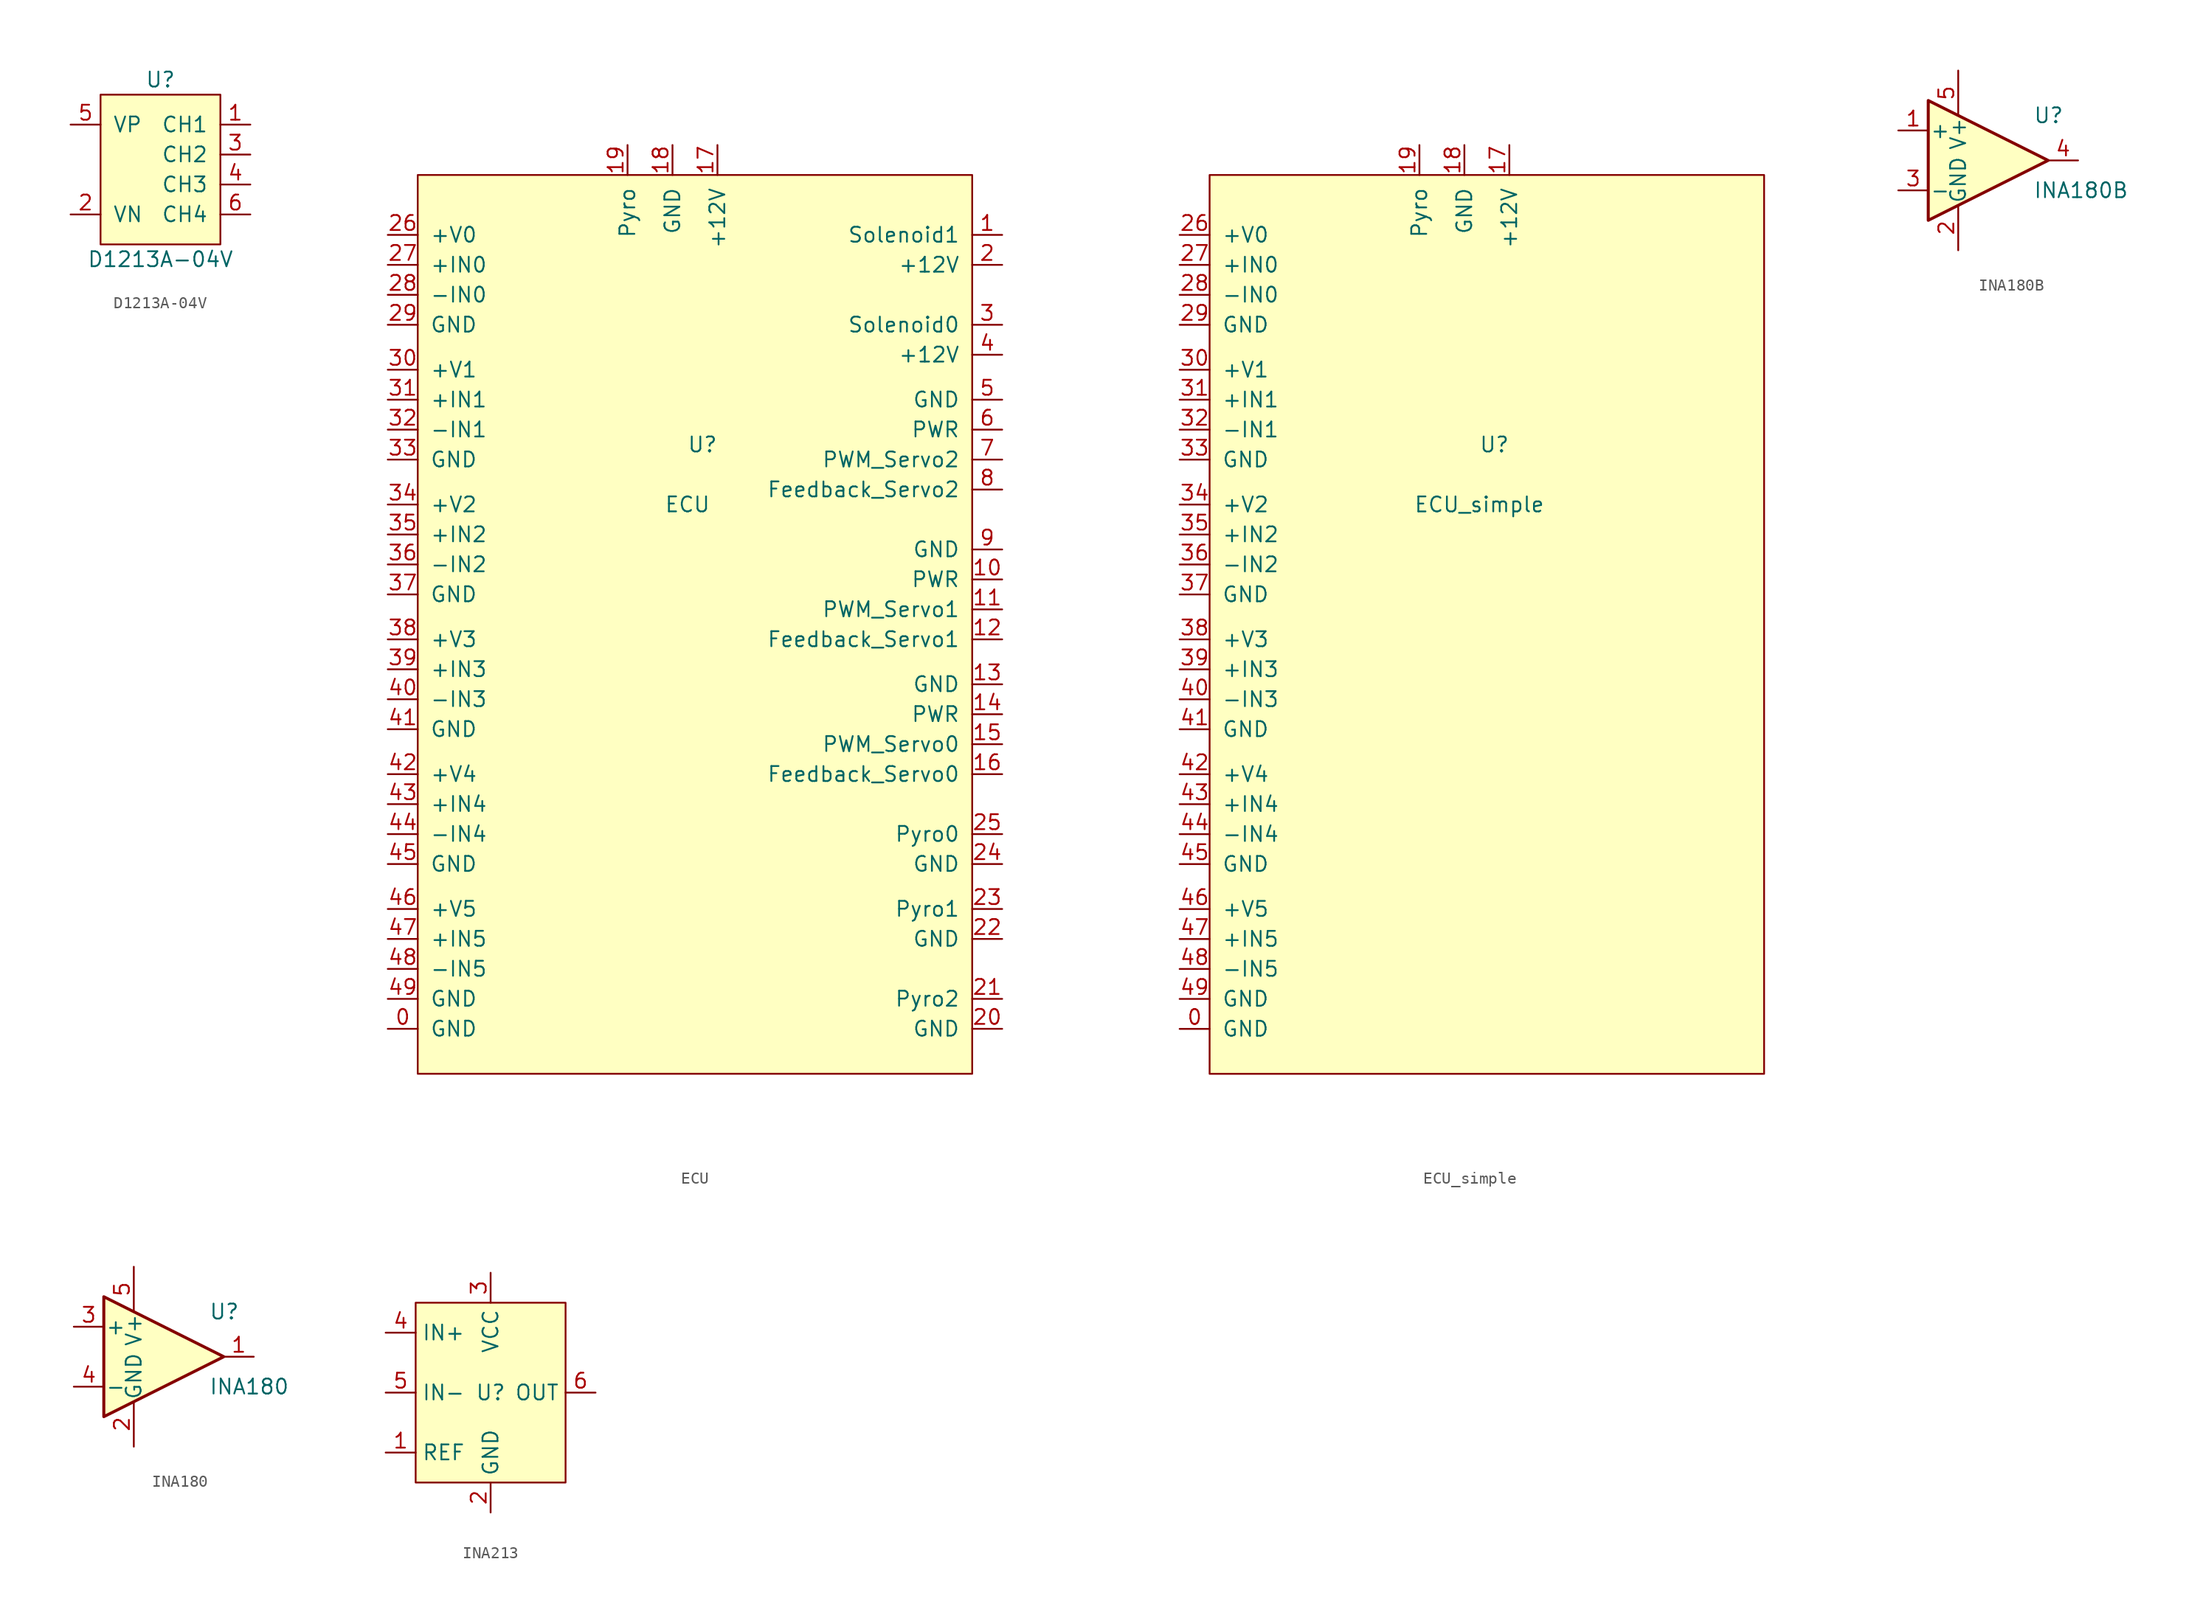
<source format=kicad_sym>
(kicad_symbol_lib
  (version 20220914)
  (generator kicad_symbol_editor)
  (symbol "D1213A-04V"
    (pin_names
      (offset 1.016))
    (property "Reference" "U"
      (at 0 7.62 0)
      (effects (font (size 1.27 1.27))))
    (property "Value" "D1213A-04V"
      (at 0 -7.62 0)
      (effects (font (size 1.27 1.27))))
    (symbol "D1213A-04V_0_1"
      (rectangle (start -5.08 6.35) (end 5.08 -6.35) (stroke (width 0) (type default)) (fill (type background))))
    (symbol "D1213A-04V_1_1"
      (pin input line (at 7.62 3.81 180) (length 2.54) (name "CH1" (effects (font (size 1.27 1.27)))) (number "1" (effects (font (size 1.27 1.27)))))
      (pin power_in line (at -7.62 -3.81 0) (length 2.54) (name "VN" (effects (font (size 1.27 1.27)))) (number "2" (effects (font (size 1.27 1.27)))))
      (pin input line (at 7.62 1.27 180) (length 2.54) (name "CH2" (effects (font (size 1.27 1.27)))) (number "3" (effects (font (size 1.27 1.27)))))
      (pin input line (at 7.62 -1.27 180) (length 2.54) (name "CH3" (effects (font (size 1.27 1.27)))) (number "4" (effects (font (size 1.27 1.27)))))
      (pin power_in line (at -7.62 3.81 0) (length 2.54) (name "VP" (effects (font (size 1.27 1.27)))) (number "5" (effects (font (size 1.27 1.27)))))
      (pin input line (at 7.62 -3.81 180) (length 2.54) (name "CH4" (effects (font (size 1.27 1.27)))) (number "6" (effects (font (size 1.27 1.27)))))))
  (symbol "ECU"
    (pin_names
      (offset 1.016))
    (property "Reference" "U"
      (at 1.27 13.97 0)
      (effects (font (size 1.27 1.27))))
    (property "Value" "ECU"
      (at 0 8.89 0)
      (effects (font (size 1.27 1.27))))
    (symbol "ECU_0_1"
      (rectangle (start 24.13 36.83) (end -22.86 -39.37) (stroke (width 0) (type default)) (fill (type background))))
    (symbol "ECU_1_1"
      (pin input line (at -25.4 -35.56 0) (length 2.54) (name "GND" (effects (font (size 1.27 1.27)))) (number "0" (effects (font (size 1.27 1.27)))))
      (pin input line (at 26.67 31.75 180) (length 2.54) (name "Solenoid1" (effects (font (size 1.27 1.27)))) (number "1" (effects (font (size 1.27 1.27)))))
      (pin input line (at 26.67 2.54 180) (length 2.54) (name "PWR" (effects (font (size 1.27 1.27)))) (number "10" (effects (font (size 1.27 1.27)))))
      (pin input line (at 26.67 0 180) (length 2.54) (name "PWM_Servo1" (effects (font (size 1.27 1.27)))) (number "11" (effects (font (size 1.27 1.27)))))
      (pin input line (at 26.67 -2.54 180) (length 2.54) (name "Feedback_Servo1" (effects (font (size 1.27 1.27)))) (number "12" (effects (font (size 1.27 1.27)))))
      (pin input line (at 26.67 -6.35 180) (length 2.54) (name "GND" (effects (font (size 1.27 1.27)))) (number "13" (effects (font (size 1.27 1.27)))))
      (pin input line (at 26.67 -8.89 180) (length 2.54) (name "PWR" (effects (font (size 1.27 1.27)))) (number "14" (effects (font (size 1.27 1.27)))))
      (pin input line (at 26.67 -11.43 180) (length 2.54) (name "PWM_Servo0" (effects (font (size 1.27 1.27)))) (number "15" (effects (font (size 1.27 1.27)))))
      (pin input line (at 26.67 -13.97 180) (length 2.54) (name "Feedback_Servo0" (effects (font (size 1.27 1.27)))) (number "16" (effects (font (size 1.27 1.27)))))
      (pin input line (at 2.54 39.37 270) (length 2.54) (name "+12V" (effects (font (size 1.27 1.27)))) (number "17" (effects (font (size 1.27 1.27)))))
      (pin input line (at -1.27 39.37 270) (length 2.54) (name "GND" (effects (font (size 1.27 1.27)))) (number "18" (effects (font (size 1.27 1.27)))))
      (pin input line (at -5.08 39.37 270) (length 2.54) (name "Pyro" (effects (font (size 1.27 1.27)))) (number "19" (effects (font (size 1.27 1.27)))))
      (pin input line (at 26.67 29.21 180) (length 2.54) (name "+12V" (effects (font (size 1.27 1.27)))) (number "2" (effects (font (size 1.27 1.27)))))
      (pin input line (at 26.67 -35.56 180) (length 2.54) (name "GND" (effects (font (size 1.27 1.27)))) (number "20" (effects (font (size 1.27 1.27)))))
      (pin input line (at 26.67 -33.02 180) (length 2.54) (name "Pyro2" (effects (font (size 1.27 1.27)))) (number "21" (effects (font (size 1.27 1.27)))))
      (pin input line (at 26.67 -27.94 180) (length 2.54) (name "GND" (effects (font (size 1.27 1.27)))) (number "22" (effects (font (size 1.27 1.27)))))
      (pin input line (at 26.67 -25.4 180) (length 2.54) (name "Pyro1" (effects (font (size 1.27 1.27)))) (number "23" (effects (font (size 1.27 1.27)))))
      (pin input line (at 26.67 -21.59 180) (length 2.54) (name "GND" (effects (font (size 1.27 1.27)))) (number "24" (effects (font (size 1.27 1.27)))))
      (pin input line (at 26.67 -19.05 180) (length 2.54) (name "Pyro0" (effects (font (size 1.27 1.27)))) (number "25" (effects (font (size 1.27 1.27)))))
      (pin input line (at -25.4 31.75 0) (length 2.54) (name "+V0" (effects (font (size 1.27 1.27)))) (number "26" (effects (font (size 1.27 1.27)))))
      (pin input line (at -25.4 29.21 0) (length 2.54) (name "+IN0" (effects (font (size 1.27 1.27)))) (number "27" (effects (font (size 1.27 1.27)))))
      (pin input line (at -25.4 26.67 0) (length 2.54) (name "-IN0" (effects (font (size 1.27 1.27)))) (number "28" (effects (font (size 1.27 1.27)))))
      (pin input line (at -25.4 24.13 0) (length 2.54) (name "GND" (effects (font (size 1.27 1.27)))) (number "29" (effects (font (size 1.27 1.27)))))
      (pin input line (at 26.67 24.13 180) (length 2.54) (name "Solenoid0" (effects (font (size 1.27 1.27)))) (number "3" (effects (font (size 1.27 1.27)))))
      (pin input line (at -25.4 20.32 0) (length 2.54) (name "+V1" (effects (font (size 1.27 1.27)))) (number "30" (effects (font (size 1.27 1.27)))))
      (pin input line (at -25.4 17.78 0) (length 2.54) (name "+IN1" (effects (font (size 1.27 1.27)))) (number "31" (effects (font (size 1.27 1.27)))))
      (pin input line (at -25.4 15.24 0) (length 2.54) (name "-IN1" (effects (font (size 1.27 1.27)))) (number "32" (effects (font (size 1.27 1.27)))))
      (pin input line (at -25.4 12.7 0) (length 2.54) (name "GND" (effects (font (size 1.27 1.27)))) (number "33" (effects (font (size 1.27 1.27)))))
      (pin input line (at -25.4 8.89 0) (length 2.54) (name "+V2" (effects (font (size 1.27 1.27)))) (number "34" (effects (font (size 1.27 1.27)))))
      (pin input line (at -25.4 6.35 0) (length 2.54) (name "+IN2" (effects (font (size 1.27 1.27)))) (number "35" (effects (font (size 1.27 1.27)))))
      (pin input line (at -25.4 3.81 0) (length 2.54) (name "-IN2" (effects (font (size 1.27 1.27)))) (number "36" (effects (font (size 1.27 1.27)))))
      (pin input line (at -25.4 1.27 0) (length 2.54) (name "GND" (effects (font (size 1.27 1.27)))) (number "37" (effects (font (size 1.27 1.27)))))
      (pin input line (at -25.4 -2.54 0) (length 2.54) (name "+V3" (effects (font (size 1.27 1.27)))) (number "38" (effects (font (size 1.27 1.27)))))
      (pin input line (at -25.4 -5.08 0) (length 2.54) (name "+IN3" (effects (font (size 1.27 1.27)))) (number "39" (effects (font (size 1.27 1.27)))))
      (pin input line (at 26.67 21.59 180) (length 2.54) (name "+12V" (effects (font (size 1.27 1.27)))) (number "4" (effects (font (size 1.27 1.27)))))
      (pin input line (at -25.4 -7.62 0) (length 2.54) (name "-IN3" (effects (font (size 1.27 1.27)))) (number "40" (effects (font (size 1.27 1.27)))))
      (pin input line (at -25.4 -10.16 0) (length 2.54) (name "GND" (effects (font (size 1.27 1.27)))) (number "41" (effects (font (size 1.27 1.27)))))
      (pin input line (at -25.4 -13.97 0) (length 2.54) (name "+V4" (effects (font (size 1.27 1.27)))) (number "42" (effects (font (size 1.27 1.27)))))
      (pin input line (at -25.4 -16.51 0) (length 2.54) (name "+IN4" (effects (font (size 1.27 1.27)))) (number "43" (effects (font (size 1.27 1.27)))))
      (pin input line (at -25.4 -19.05 0) (length 2.54) (name "-IN4" (effects (font (size 1.27 1.27)))) (number "44" (effects (font (size 1.27 1.27)))))
      (pin input line (at -25.4 -21.59 0) (length 2.54) (name "GND" (effects (font (size 1.27 1.27)))) (number "45" (effects (font (size 1.27 1.27)))))
      (pin input line (at -25.4 -25.4 0) (length 2.54) (name "+V5" (effects (font (size 1.27 1.27)))) (number "46" (effects (font (size 1.27 1.27)))))
      (pin input line (at -25.4 -27.94 0) (length 2.54) (name "+IN5" (effects (font (size 1.27 1.27)))) (number "47" (effects (font (size 1.27 1.27)))))
      (pin input line (at -25.4 -30.48 0) (length 2.54) (name "-IN5" (effects (font (size 1.27 1.27)))) (number "48" (effects (font (size 1.27 1.27)))))
      (pin input line (at -25.4 -33.02 0) (length 2.54) (name "GND" (effects (font (size 1.27 1.27)))) (number "49" (effects (font (size 1.27 1.27)))))
      (pin input line (at 26.67 17.78 180) (length 2.54) (name "GND" (effects (font (size 1.27 1.27)))) (number "5" (effects (font (size 1.27 1.27)))))
      (pin input line (at 26.67 15.24 180) (length 2.54) (name "PWR" (effects (font (size 1.27 1.27)))) (number "6" (effects (font (size 1.27 1.27)))))
      (pin input line (at 26.67 12.7 180) (length 2.54) (name "PWM_Servo2" (effects (font (size 1.27 1.27)))) (number "7" (effects (font (size 1.27 1.27)))))
      (pin input line (at 26.67 10.16 180) (length 2.54) (name "Feedback_Servo2" (effects (font (size 1.27 1.27)))) (number "8" (effects (font (size 1.27 1.27)))))
      (pin input line (at 26.67 5.08 180) (length 2.54) (name "GND" (effects (font (size 1.27 1.27)))) (number "9" (effects (font (size 1.27 1.27)))))))
  (symbol "ECU_simple"
    (pin_names
      (offset 1.016))
    (property "Reference" "U"
      (at 1.27 13.97 0)
      (effects (font (size 1.27 1.27))))
    (property "Value" "ECU_simple"
      (at 0 8.89 0)
      (effects (font (size 1.27 1.27))))
    (symbol "ECU_simple_0_1"
      (rectangle (start 24.13 36.83) (end -22.86 -39.37) (stroke (width 0) (type default)) (fill (type background))))
    (symbol "ECU_simple_1_1"
      (pin input line (at -25.4 -35.56 0) (length 2.54) (name "GND" (effects (font (size 1.27 1.27)))) (number "0" (effects (font (size 1.27 1.27)))))
      (pin input line (at 2.54 39.37 270) (length 2.54) (name "+12V" (effects (font (size 1.27 1.27)))) (number "17" (effects (font (size 1.27 1.27)))))
      (pin input line (at -1.27 39.37 270) (length 2.54) (name "GND" (effects (font (size 1.27 1.27)))) (number "18" (effects (font (size 1.27 1.27)))))
      (pin input line (at -5.08 39.37 270) (length 2.54) (name "Pyro" (effects (font (size 1.27 1.27)))) (number "19" (effects (font (size 1.27 1.27)))))
      (pin input line (at -25.4 31.75 0) (length 2.54) (name "+V0" (effects (font (size 1.27 1.27)))) (number "26" (effects (font (size 1.27 1.27)))))
      (pin input line (at -25.4 29.21 0) (length 2.54) (name "+IN0" (effects (font (size 1.27 1.27)))) (number "27" (effects (font (size 1.27 1.27)))))
      (pin input line (at -25.4 26.67 0) (length 2.54) (name "-IN0" (effects (font (size 1.27 1.27)))) (number "28" (effects (font (size 1.27 1.27)))))
      (pin input line (at -25.4 24.13 0) (length 2.54) (name "GND" (effects (font (size 1.27 1.27)))) (number "29" (effects (font (size 1.27 1.27)))))
      (pin input line (at -25.4 20.32 0) (length 2.54) (name "+V1" (effects (font (size 1.27 1.27)))) (number "30" (effects (font (size 1.27 1.27)))))
      (pin input line (at -25.4 17.78 0) (length 2.54) (name "+IN1" (effects (font (size 1.27 1.27)))) (number "31" (effects (font (size 1.27 1.27)))))
      (pin input line (at -25.4 15.24 0) (length 2.54) (name "-IN1" (effects (font (size 1.27 1.27)))) (number "32" (effects (font (size 1.27 1.27)))))
      (pin input line (at -25.4 12.7 0) (length 2.54) (name "GND" (effects (font (size 1.27 1.27)))) (number "33" (effects (font (size 1.27 1.27)))))
      (pin input line (at -25.4 8.89 0) (length 2.54) (name "+V2" (effects (font (size 1.27 1.27)))) (number "34" (effects (font (size 1.27 1.27)))))
      (pin input line (at -25.4 6.35 0) (length 2.54) (name "+IN2" (effects (font (size 1.27 1.27)))) (number "35" (effects (font (size 1.27 1.27)))))
      (pin input line (at -25.4 3.81 0) (length 2.54) (name "-IN2" (effects (font (size 1.27 1.27)))) (number "36" (effects (font (size 1.27 1.27)))))
      (pin input line (at -25.4 1.27 0) (length 2.54) (name "GND" (effects (font (size 1.27 1.27)))) (number "37" (effects (font (size 1.27 1.27)))))
      (pin input line (at -25.4 -2.54 0) (length 2.54) (name "+V3" (effects (font (size 1.27 1.27)))) (number "38" (effects (font (size 1.27 1.27)))))
      (pin input line (at -25.4 -5.08 0) (length 2.54) (name "+IN3" (effects (font (size 1.27 1.27)))) (number "39" (effects (font (size 1.27 1.27)))))
      (pin input line (at -25.4 -7.62 0) (length 2.54) (name "-IN3" (effects (font (size 1.27 1.27)))) (number "40" (effects (font (size 1.27 1.27)))))
      (pin input line (at -25.4 -10.16 0) (length 2.54) (name "GND" (effects (font (size 1.27 1.27)))) (number "41" (effects (font (size 1.27 1.27)))))
      (pin input line (at -25.4 -13.97 0) (length 2.54) (name "+V4" (effects (font (size 1.27 1.27)))) (number "42" (effects (font (size 1.27 1.27)))))
      (pin input line (at -25.4 -16.51 0) (length 2.54) (name "+IN4" (effects (font (size 1.27 1.27)))) (number "43" (effects (font (size 1.27 1.27)))))
      (pin input line (at -25.4 -19.05 0) (length 2.54) (name "-IN4" (effects (font (size 1.27 1.27)))) (number "44" (effects (font (size 1.27 1.27)))))
      (pin input line (at -25.4 -21.59 0) (length 2.54) (name "GND" (effects (font (size 1.27 1.27)))) (number "45" (effects (font (size 1.27 1.27)))))
      (pin input line (at -25.4 -25.4 0) (length 2.54) (name "+V5" (effects (font (size 1.27 1.27)))) (number "46" (effects (font (size 1.27 1.27)))))
      (pin input line (at -25.4 -27.94 0) (length 2.54) (name "+IN5" (effects (font (size 1.27 1.27)))) (number "47" (effects (font (size 1.27 1.27)))))
      (pin input line (at -25.4 -30.48 0) (length 2.54) (name "-IN5" (effects (font (size 1.27 1.27)))) (number "48" (effects (font (size 1.27 1.27)))))
      (pin input line (at -25.4 -33.02 0) (length 2.54) (name "GND" (effects (font (size 1.27 1.27)))) (number "49" (effects (font (size 1.27 1.27)))))))
  (symbol "INA180B"
    (pin_names
      (offset 0.127))
    (property "Reference" "U"
      (at 3.81 3.81 0)
      (effects (font (size 1.27 1.27)) (justify left)))
    (property "Value" "INA180B"
      (at 3.81 -2.54 0)
      (effects (font (size 1.27 1.27)) (justify left)))
    (symbol "INA180B_0_1"
      (polyline (pts (xy 5.08 0) (xy -5.08 5.08) (xy -5.08 -5.08) (xy 5.08 0)) (stroke (width 0.254) (type default)) (fill (type background))))
    (symbol "INA180B_1_1"
      (pin input line (at -7.62 2.54 0) (length 2.54) (name "+" (effects (font (size 1.27 1.27)))) (number "1" (effects (font (size 1.27 1.27)))))
      (pin power_in line (at -2.54 -7.62 90) (length 3.81) (name "GND" (effects (font (size 1.27 1.27)))) (number "2" (effects (font (size 1.27 1.27)))))
      (pin input line (at -7.62 -2.54 0) (length 2.54) (name "-" (effects (font (size 1.27 1.27)))) (number "3" (effects (font (size 1.27 1.27)))))
      (pin output line (at 7.62 0 180) (length 2.54) (name "~" (effects (font (size 1.27 1.27)))) (number "4" (effects (font (size 1.27 1.27)))))
      (pin power_in line (at -2.54 7.62 270) (length 3.81) (name "V+" (effects (font (size 1.27 1.27)))) (number "5" (effects (font (size 1.27 1.27)))))))
  (symbol "INA180"
    (pin_names
      (offset 0.127))
    (property "Reference" "U"
      (at 3.81 3.81 0)
      (effects (font (size 1.27 1.27)) (justify left)))
    (property "Value" "INA180"
      (at 3.81 -2.54 0)
      (effects (font (size 1.27 1.27)) (justify left)))
    (symbol "INA180_0_1"
      (polyline (pts (xy 5.08 0) (xy -5.08 5.08) (xy -5.08 -5.08) (xy 5.08 0)) (stroke (width 0.254) (type default)) (fill (type background))))
    (symbol "INA180_1_1"
      (pin output line (at 7.62 0 180) (length 2.54) (name "~" (effects (font (size 1.27 1.27)))) (number "1" (effects (font (size 1.27 1.27)))))
      (pin power_in line (at -2.54 -7.62 90) (length 3.81) (name "GND" (effects (font (size 1.27 1.27)))) (number "2" (effects (font (size 1.27 1.27)))))
      (pin input line (at -7.62 2.54 0) (length 2.54) (name "+" (effects (font (size 1.27 1.27)))) (number "3" (effects (font (size 1.27 1.27)))))
      (pin input line (at -7.62 -2.54 0) (length 2.54) (name "-" (effects (font (size 1.27 1.27)))) (number "4" (effects (font (size 1.27 1.27)))))
      (pin power_in line (at -2.54 7.62 270) (length 3.81) (name "V+" (effects (font (size 1.27 1.27)))) (number "5" (effects (font (size 1.27 1.27)))))))
  (symbol "INA213"
    (property "Reference" "U"
      (at 0 0 0)
      (effects (font (size 1.27 1.27))))
    (property "Value" ""
      (at 0 0 0)
      (effects (font (size 1.27 1.27))))
    (symbol "INA213_1_1"
      (rectangle (start -6.35 7.62) (end 6.35 -7.62) (stroke (width 0) (type default)) (fill (type background)))
      (pin input line (at -8.89 -5.08 0) (length 2.54) (name "REF" (effects (font (size 1.27 1.27)))) (number "1" (effects (font (size 1.27 1.27)))))
      (pin power_in line (at 0 -10.16 90) (length 2.54) (name "GND" (effects (font (size 1.27 1.27)))) (number "2" (effects (font (size 1.27 1.27)))))
      (pin power_in line (at 0 10.16 270) (length 2.54) (name "VCC" (effects (font (size 1.27 1.27)))) (number "3" (effects (font (size 1.27 1.27)))))
      (pin input line (at -8.89 5.08 0) (length 2.54) (name "IN+" (effects (font (size 1.27 1.27)))) (number "4" (effects (font (size 1.27 1.27)))))
      (pin input line (at -8.89 0 0) (length 2.54) (name "IN-" (effects (font (size 1.27 1.27)))) (number "5" (effects (font (size 1.27 1.27)))))
      (pin output line (at 8.89 0 180) (length 2.54) (name "OUT" (effects (font (size 1.27 1.27)))) (number "6" (effects (font (size 1.27 1.27))))))))
</source>
